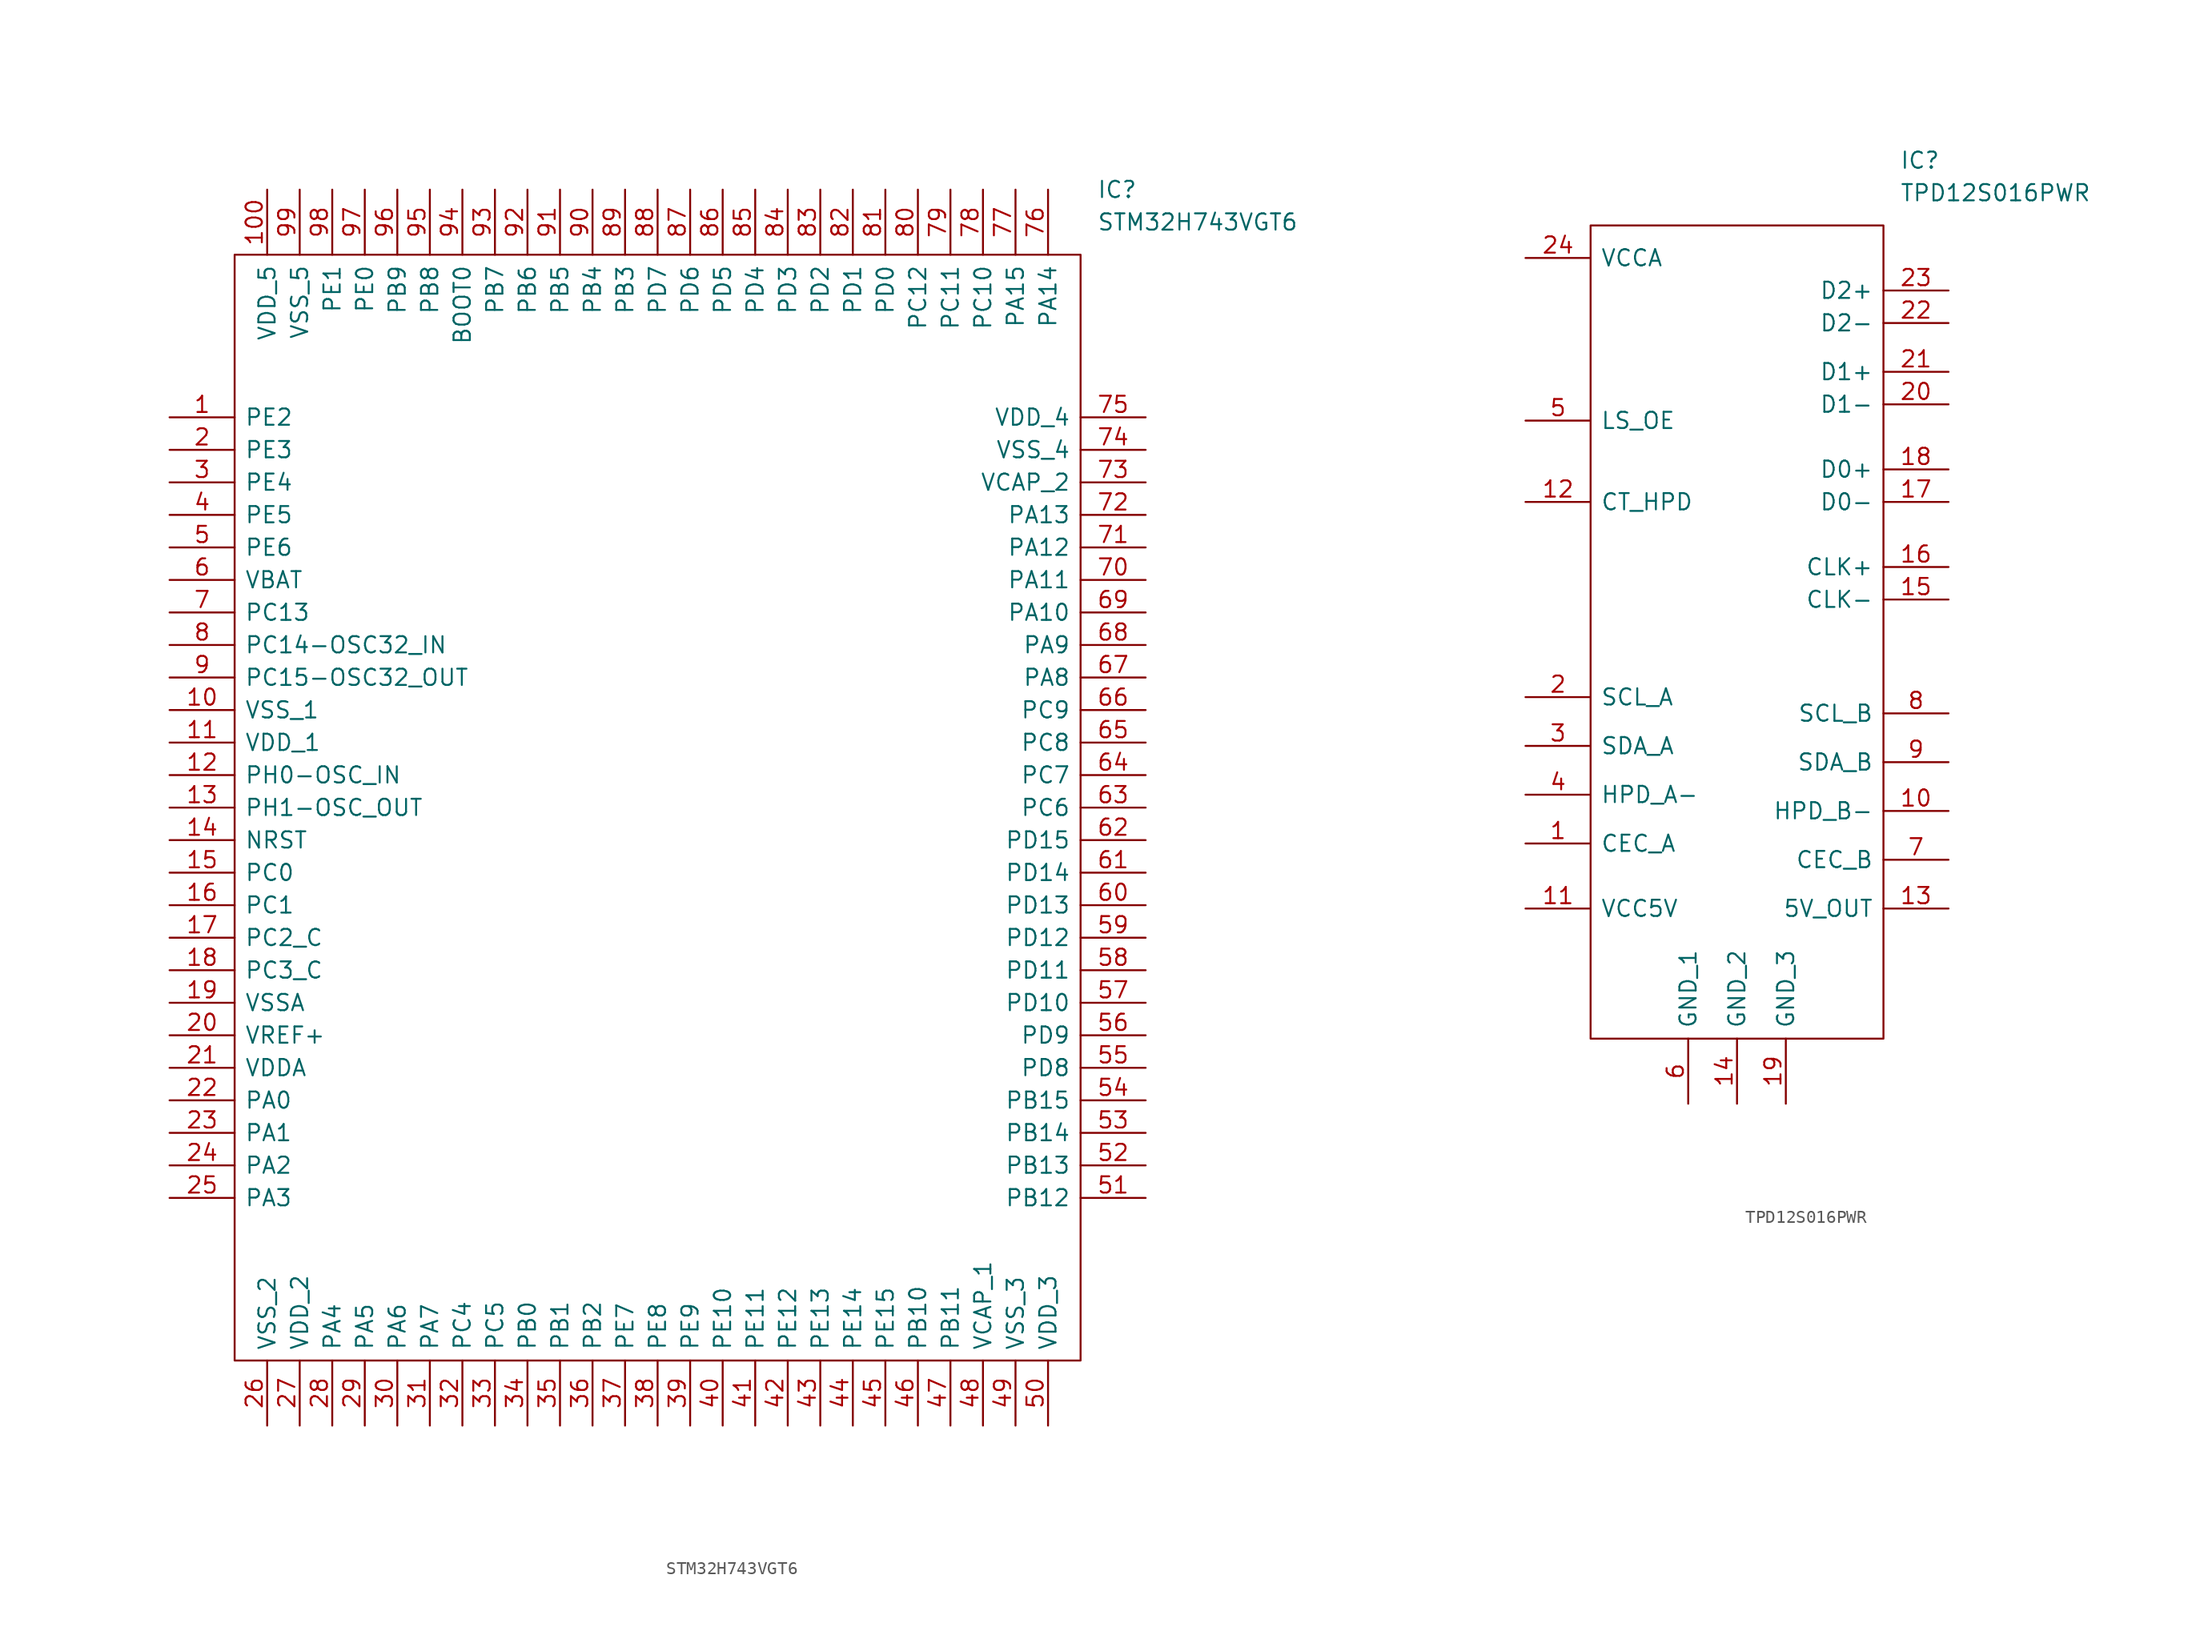
<source format=kicad_sym>
(kicad_symbol_lib
  (version 20231120)
  (generator "kicad_symbol_editor")
  (generator_version "8.0")
  (symbol "STM32H743VGT6"
    (pin_names
      (offset 0.762))
    (property "Reference" "IC"
      (at 72.39 17.78 0)
      (effects (font (size 1.27 1.27)) (justify left)))
    (property "Value" "STM32H743VGT6"
      (at 72.39 15.24 0)
      (effects (font (size 1.27 1.27)) (justify left)))
    (symbol "STM32H743VGT6_0_0"
      (pin passive line (at 0 0 0) (length 5.08) (name "PE2" (effects (font (size 1.27 1.27)))) (number "1" (effects (font (size 1.27 1.27)))))
      (pin passive line (at 0 -22.86 0) (length 5.08) (name "VSS_1" (effects (font (size 1.27 1.27)))) (number "10" (effects (font (size 1.27 1.27)))))
      (pin passive line (at 7.62 17.78 270) (length 5.08) (name "VDD_5" (effects (font (size 1.27 1.27)))) (number "100" (effects (font (size 1.27 1.27)))))
      (pin passive line (at 0 -25.4 0) (length 5.08) (name "VDD_1" (effects (font (size 1.27 1.27)))) (number "11" (effects (font (size 1.27 1.27)))))
      (pin passive line (at 0 -27.94 0) (length 5.08) (name "PH0-OSC_IN" (effects (font (size 1.27 1.27)))) (number "12" (effects (font (size 1.27 1.27)))))
      (pin passive line (at 0 -30.48 0) (length 5.08) (name "PH1-OSC_OUT" (effects (font (size 1.27 1.27)))) (number "13" (effects (font (size 1.27 1.27)))))
      (pin passive line (at 0 -33.02 0) (length 5.08) (name "NRST" (effects (font (size 1.27 1.27)))) (number "14" (effects (font (size 1.27 1.27)))))
      (pin passive line (at 0 -35.56 0) (length 5.08) (name "PC0" (effects (font (size 1.27 1.27)))) (number "15" (effects (font (size 1.27 1.27)))))
      (pin passive line (at 0 -38.1 0) (length 5.08) (name "PC1" (effects (font (size 1.27 1.27)))) (number "16" (effects (font (size 1.27 1.27)))))
      (pin passive line (at 0 -40.64 0) (length 5.08) (name "PC2_C" (effects (font (size 1.27 1.27)))) (number "17" (effects (font (size 1.27 1.27)))))
      (pin passive line (at 0 -43.18 0) (length 5.08) (name "PC3_C" (effects (font (size 1.27 1.27)))) (number "18" (effects (font (size 1.27 1.27)))))
      (pin passive line (at 0 -45.72 0) (length 5.08) (name "VSSA" (effects (font (size 1.27 1.27)))) (number "19" (effects (font (size 1.27 1.27)))))
      (pin passive line (at 0 -2.54 0) (length 5.08) (name "PE3" (effects (font (size 1.27 1.27)))) (number "2" (effects (font (size 1.27 1.27)))))
      (pin passive line (at 0 -48.26 0) (length 5.08) (name "VREF+" (effects (font (size 1.27 1.27)))) (number "20" (effects (font (size 1.27 1.27)))))
      (pin passive line (at 0 -50.8 0) (length 5.08) (name "VDDA" (effects (font (size 1.27 1.27)))) (number "21" (effects (font (size 1.27 1.27)))))
      (pin passive line (at 0 -53.34 0) (length 5.08) (name "PA0" (effects (font (size 1.27 1.27)))) (number "22" (effects (font (size 1.27 1.27)))))
      (pin passive line (at 0 -55.88 0) (length 5.08) (name "PA1" (effects (font (size 1.27 1.27)))) (number "23" (effects (font (size 1.27 1.27)))))
      (pin passive line (at 0 -58.42 0) (length 5.08) (name "PA2" (effects (font (size 1.27 1.27)))) (number "24" (effects (font (size 1.27 1.27)))))
      (pin passive line (at 0 -60.96 0) (length 5.08) (name "PA3" (effects (font (size 1.27 1.27)))) (number "25" (effects (font (size 1.27 1.27)))))
      (pin passive line (at 7.62 -78.74 90) (length 5.08) (name "VSS_2" (effects (font (size 1.27 1.27)))) (number "26" (effects (font (size 1.27 1.27)))))
      (pin passive line (at 10.16 -78.74 90) (length 5.08) (name "VDD_2" (effects (font (size 1.27 1.27)))) (number "27" (effects (font (size 1.27 1.27)))))
      (pin passive line (at 12.7 -78.74 90) (length 5.08) (name "PA4" (effects (font (size 1.27 1.27)))) (number "28" (effects (font (size 1.27 1.27)))))
      (pin passive line (at 15.24 -78.74 90) (length 5.08) (name "PA5" (effects (font (size 1.27 1.27)))) (number "29" (effects (font (size 1.27 1.27)))))
      (pin passive line (at 0 -5.08 0) (length 5.08) (name "PE4" (effects (font (size 1.27 1.27)))) (number "3" (effects (font (size 1.27 1.27)))))
      (pin passive line (at 17.78 -78.74 90) (length 5.08) (name "PA6" (effects (font (size 1.27 1.27)))) (number "30" (effects (font (size 1.27 1.27)))))
      (pin passive line (at 20.32 -78.74 90) (length 5.08) (name "PA7" (effects (font (size 1.27 1.27)))) (number "31" (effects (font (size 1.27 1.27)))))
      (pin passive line (at 22.86 -78.74 90) (length 5.08) (name "PC4" (effects (font (size 1.27 1.27)))) (number "32" (effects (font (size 1.27 1.27)))))
      (pin passive line (at 25.4 -78.74 90) (length 5.08) (name "PC5" (effects (font (size 1.27 1.27)))) (number "33" (effects (font (size 1.27 1.27)))))
      (pin passive line (at 27.94 -78.74 90) (length 5.08) (name "PB0" (effects (font (size 1.27 1.27)))) (number "34" (effects (font (size 1.27 1.27)))))
      (pin passive line (at 30.48 -78.74 90) (length 5.08) (name "PB1" (effects (font (size 1.27 1.27)))) (number "35" (effects (font (size 1.27 1.27)))))
      (pin passive line (at 33.02 -78.74 90) (length 5.08) (name "PB2" (effects (font (size 1.27 1.27)))) (number "36" (effects (font (size 1.27 1.27)))))
      (pin passive line (at 35.56 -78.74 90) (length 5.08) (name "PE7" (effects (font (size 1.27 1.27)))) (number "37" (effects (font (size 1.27 1.27)))))
      (pin passive line (at 38.1 -78.74 90) (length 5.08) (name "PE8" (effects (font (size 1.27 1.27)))) (number "38" (effects (font (size 1.27 1.27)))))
      (pin passive line (at 40.64 -78.74 90) (length 5.08) (name "PE9" (effects (font (size 1.27 1.27)))) (number "39" (effects (font (size 1.27 1.27)))))
      (pin passive line (at 0 -7.62 0) (length 5.08) (name "PE5" (effects (font (size 1.27 1.27)))) (number "4" (effects (font (size 1.27 1.27)))))
      (pin passive line (at 43.18 -78.74 90) (length 5.08) (name "PE10" (effects (font (size 1.27 1.27)))) (number "40" (effects (font (size 1.27 1.27)))))
      (pin passive line (at 45.72 -78.74 90) (length 5.08) (name "PE11" (effects (font (size 1.27 1.27)))) (number "41" (effects (font (size 1.27 1.27)))))
      (pin passive line (at 48.26 -78.74 90) (length 5.08) (name "PE12" (effects (font (size 1.27 1.27)))) (number "42" (effects (font (size 1.27 1.27)))))
      (pin passive line (at 50.8 -78.74 90) (length 5.08) (name "PE13" (effects (font (size 1.27 1.27)))) (number "43" (effects (font (size 1.27 1.27)))))
      (pin passive line (at 53.34 -78.74 90) (length 5.08) (name "PE14" (effects (font (size 1.27 1.27)))) (number "44" (effects (font (size 1.27 1.27)))))
      (pin passive line (at 55.88 -78.74 90) (length 5.08) (name "PE15" (effects (font (size 1.27 1.27)))) (number "45" (effects (font (size 1.27 1.27)))))
      (pin passive line (at 58.42 -78.74 90) (length 5.08) (name "PB10" (effects (font (size 1.27 1.27)))) (number "46" (effects (font (size 1.27 1.27)))))
      (pin passive line (at 60.96 -78.74 90) (length 5.08) (name "PB11" (effects (font (size 1.27 1.27)))) (number "47" (effects (font (size 1.27 1.27)))))
      (pin passive line (at 63.5 -78.74 90) (length 5.08) (name "VCAP_1" (effects (font (size 1.27 1.27)))) (number "48" (effects (font (size 1.27 1.27)))))
      (pin passive line (at 66.04 -78.74 90) (length 5.08) (name "VSS_3" (effects (font (size 1.27 1.27)))) (number "49" (effects (font (size 1.27 1.27)))))
      (pin passive line (at 0 -10.16 0) (length 5.08) (name "PE6" (effects (font (size 1.27 1.27)))) (number "5" (effects (font (size 1.27 1.27)))))
      (pin passive line (at 68.58 -78.74 90) (length 5.08) (name "VDD_3" (effects (font (size 1.27 1.27)))) (number "50" (effects (font (size 1.27 1.27)))))
      (pin passive line (at 76.2 -60.96 180) (length 5.08) (name "PB12" (effects (font (size 1.27 1.27)))) (number "51" (effects (font (size 1.27 1.27)))))
      (pin passive line (at 76.2 -58.42 180) (length 5.08) (name "PB13" (effects (font (size 1.27 1.27)))) (number "52" (effects (font (size 1.27 1.27)))))
      (pin passive line (at 76.2 -55.88 180) (length 5.08) (name "PB14" (effects (font (size 1.27 1.27)))) (number "53" (effects (font (size 1.27 1.27)))))
      (pin passive line (at 76.2 -53.34 180) (length 5.08) (name "PB15" (effects (font (size 1.27 1.27)))) (number "54" (effects (font (size 1.27 1.27)))))
      (pin passive line (at 76.2 -50.8 180) (length 5.08) (name "PD8" (effects (font (size 1.27 1.27)))) (number "55" (effects (font (size 1.27 1.27)))))
      (pin passive line (at 76.2 -48.26 180) (length 5.08) (name "PD9" (effects (font (size 1.27 1.27)))) (number "56" (effects (font (size 1.27 1.27)))))
      (pin passive line (at 76.2 -45.72 180) (length 5.08) (name "PD10" (effects (font (size 1.27 1.27)))) (number "57" (effects (font (size 1.27 1.27)))))
      (pin passive line (at 76.2 -43.18 180) (length 5.08) (name "PD11" (effects (font (size 1.27 1.27)))) (number "58" (effects (font (size 1.27 1.27)))))
      (pin passive line (at 76.2 -40.64 180) (length 5.08) (name "PD12" (effects (font (size 1.27 1.27)))) (number "59" (effects (font (size 1.27 1.27)))))
      (pin passive line (at 0 -12.7 0) (length 5.08) (name "VBAT" (effects (font (size 1.27 1.27)))) (number "6" (effects (font (size 1.27 1.27)))))
      (pin passive line (at 76.2 -38.1 180) (length 5.08) (name "PD13" (effects (font (size 1.27 1.27)))) (number "60" (effects (font (size 1.27 1.27)))))
      (pin passive line (at 76.2 -35.56 180) (length 5.08) (name "PD14" (effects (font (size 1.27 1.27)))) (number "61" (effects (font (size 1.27 1.27)))))
      (pin passive line (at 76.2 -33.02 180) (length 5.08) (name "PD15" (effects (font (size 1.27 1.27)))) (number "62" (effects (font (size 1.27 1.27)))))
      (pin passive line (at 76.2 -30.48 180) (length 5.08) (name "PC6" (effects (font (size 1.27 1.27)))) (number "63" (effects (font (size 1.27 1.27)))))
      (pin passive line (at 76.2 -27.94 180) (length 5.08) (name "PC7" (effects (font (size 1.27 1.27)))) (number "64" (effects (font (size 1.27 1.27)))))
      (pin passive line (at 76.2 -25.4 180) (length 5.08) (name "PC8" (effects (font (size 1.27 1.27)))) (number "65" (effects (font (size 1.27 1.27)))))
      (pin passive line (at 76.2 -22.86 180) (length 5.08) (name "PC9" (effects (font (size 1.27 1.27)))) (number "66" (effects (font (size 1.27 1.27)))))
      (pin passive line (at 76.2 -20.32 180) (length 5.08) (name "PA8" (effects (font (size 1.27 1.27)))) (number "67" (effects (font (size 1.27 1.27)))))
      (pin passive line (at 76.2 -17.78 180) (length 5.08) (name "PA9" (effects (font (size 1.27 1.27)))) (number "68" (effects (font (size 1.27 1.27)))))
      (pin passive line (at 76.2 -15.24 180) (length 5.08) (name "PA10" (effects (font (size 1.27 1.27)))) (number "69" (effects (font (size 1.27 1.27)))))
      (pin passive line (at 0 -15.24 0) (length 5.08) (name "PC13" (effects (font (size 1.27 1.27)))) (number "7" (effects (font (size 1.27 1.27)))))
      (pin passive line (at 76.2 -12.7 180) (length 5.08) (name "PA11" (effects (font (size 1.27 1.27)))) (number "70" (effects (font (size 1.27 1.27)))))
      (pin passive line (at 76.2 -10.16 180) (length 5.08) (name "PA12" (effects (font (size 1.27 1.27)))) (number "71" (effects (font (size 1.27 1.27)))))
      (pin passive line (at 76.2 -7.62 180) (length 5.08) (name "PA13" (effects (font (size 1.27 1.27)))) (number "72" (effects (font (size 1.27 1.27)))))
      (pin passive line (at 76.2 -5.08 180) (length 5.08) (name "VCAP_2" (effects (font (size 1.27 1.27)))) (number "73" (effects (font (size 1.27 1.27)))))
      (pin passive line (at 76.2 -2.54 180) (length 5.08) (name "VSS_4" (effects (font (size 1.27 1.27)))) (number "74" (effects (font (size 1.27 1.27)))))
      (pin passive line (at 76.2 0 180) (length 5.08) (name "VDD_4" (effects (font (size 1.27 1.27)))) (number "75" (effects (font (size 1.27 1.27)))))
      (pin passive line (at 68.58 17.78 270) (length 5.08) (name "PA14" (effects (font (size 1.27 1.27)))) (number "76" (effects (font (size 1.27 1.27)))))
      (pin passive line (at 66.04 17.78 270) (length 5.08) (name "PA15" (effects (font (size 1.27 1.27)))) (number "77" (effects (font (size 1.27 1.27)))))
      (pin passive line (at 63.5 17.78 270) (length 5.08) (name "PC10" (effects (font (size 1.27 1.27)))) (number "78" (effects (font (size 1.27 1.27)))))
      (pin passive line (at 60.96 17.78 270) (length 5.08) (name "PC11" (effects (font (size 1.27 1.27)))) (number "79" (effects (font (size 1.27 1.27)))))
      (pin passive line (at 0 -17.78 0) (length 5.08) (name "PC14-OSC32_IN" (effects (font (size 1.27 1.27)))) (number "8" (effects (font (size 1.27 1.27)))))
      (pin passive line (at 58.42 17.78 270) (length 5.08) (name "PC12" (effects (font (size 1.27 1.27)))) (number "80" (effects (font (size 1.27 1.27)))))
      (pin passive line (at 55.88 17.78 270) (length 5.08) (name "PD0" (effects (font (size 1.27 1.27)))) (number "81" (effects (font (size 1.27 1.27)))))
      (pin passive line (at 53.34 17.78 270) (length 5.08) (name "PD1" (effects (font (size 1.27 1.27)))) (number "82" (effects (font (size 1.27 1.27)))))
      (pin passive line (at 50.8 17.78 270) (length 5.08) (name "PD2" (effects (font (size 1.27 1.27)))) (number "83" (effects (font (size 1.27 1.27)))))
      (pin passive line (at 48.26 17.78 270) (length 5.08) (name "PD3" (effects (font (size 1.27 1.27)))) (number "84" (effects (font (size 1.27 1.27)))))
      (pin passive line (at 45.72 17.78 270) (length 5.08) (name "PD4" (effects (font (size 1.27 1.27)))) (number "85" (effects (font (size 1.27 1.27)))))
      (pin passive line (at 43.18 17.78 270) (length 5.08) (name "PD5" (effects (font (size 1.27 1.27)))) (number "86" (effects (font (size 1.27 1.27)))))
      (pin passive line (at 40.64 17.78 270) (length 5.08) (name "PD6" (effects (font (size 1.27 1.27)))) (number "87" (effects (font (size 1.27 1.27)))))
      (pin passive line (at 38.1 17.78 270) (length 5.08) (name "PD7" (effects (font (size 1.27 1.27)))) (number "88" (effects (font (size 1.27 1.27)))))
      (pin passive line (at 35.56 17.78 270) (length 5.08) (name "PB3" (effects (font (size 1.27 1.27)))) (number "89" (effects (font (size 1.27 1.27)))))
      (pin passive line (at 0 -20.32 0) (length 5.08) (name "PC15-OSC32_OUT" (effects (font (size 1.27 1.27)))) (number "9" (effects (font (size 1.27 1.27)))))
      (pin passive line (at 33.02 17.78 270) (length 5.08) (name "PB4" (effects (font (size 1.27 1.27)))) (number "90" (effects (font (size 1.27 1.27)))))
      (pin passive line (at 30.48 17.78 270) (length 5.08) (name "PB5" (effects (font (size 1.27 1.27)))) (number "91" (effects (font (size 1.27 1.27)))))
      (pin passive line (at 27.94 17.78 270) (length 5.08) (name "PB6" (effects (font (size 1.27 1.27)))) (number "92" (effects (font (size 1.27 1.27)))))
      (pin passive line (at 25.4 17.78 270) (length 5.08) (name "PB7" (effects (font (size 1.27 1.27)))) (number "93" (effects (font (size 1.27 1.27)))))
      (pin passive line (at 22.86 17.78 270) (length 5.08) (name "BOOT0" (effects (font (size 1.27 1.27)))) (number "94" (effects (font (size 1.27 1.27)))))
      (pin passive line (at 20.32 17.78 270) (length 5.08) (name "PB8" (effects (font (size 1.27 1.27)))) (number "95" (effects (font (size 1.27 1.27)))))
      (pin passive line (at 17.78 17.78 270) (length 5.08) (name "PB9" (effects (font (size 1.27 1.27)))) (number "96" (effects (font (size 1.27 1.27)))))
      (pin passive line (at 15.24 17.78 270) (length 5.08) (name "PE0" (effects (font (size 1.27 1.27)))) (number "97" (effects (font (size 1.27 1.27)))))
      (pin passive line (at 12.7 17.78 270) (length 5.08) (name "PE1" (effects (font (size 1.27 1.27)))) (number "98" (effects (font (size 1.27 1.27)))))
      (pin passive line (at 10.16 17.78 270) (length 5.08) (name "VSS_5" (effects (font (size 1.27 1.27)))) (number "99" (effects (font (size 1.27 1.27))))))
    (symbol "STM32H743VGT6_0_1"
      (polyline (pts (xy 5.08 12.7) (xy 71.12 12.7) (xy 71.12 -73.66) (xy 5.08 -73.66) (xy 5.08 12.7)) (stroke (width 0.152) (type solid)) (fill (type none)))))
  (symbol "TPD12S016PWR"
    (pin_names
      (offset 0.762))
    (property "Reference" "IC"
      (at 29.21 7.62 0)
      (effects (font (size 1.27 1.27)) (justify left)))
    (property "Value" "TPD12S016PWR"
      (at 29.21 5.08 0)
      (effects (font (size 1.27 1.27)) (justify left)))
    (symbol "TPD12S016PWR_0_0"
      (pin bidirectional line (at 0 -45.72 0) (length 5.08) (name "CEC_A" (effects (font (size 1.27 1.27)))) (number "1" (effects (font (size 1.27 1.27)))))
      (pin passive line (at 16.51 -66.04 90) (length 5.08) (name "GND_2" (effects (font (size 1.27 1.27)))) (number "14" (effects (font (size 1.27 1.27)))))
      (pin passive line (at 20.32 -66.04 90) (length 5.08) (name "GND_3" (effects (font (size 1.27 1.27)))) (number "19" (effects (font (size 1.27 1.27)))))
      (pin bidirectional line (at 0 -38.1 0) (length 5.08) (name "SDA_A" (effects (font (size 1.27 1.27)))) (number "3" (effects (font (size 1.27 1.27)))))
      (pin passive line (at 12.7 -66.04 90) (length 5.08) (name "GND_1" (effects (font (size 1.27 1.27)))) (number "6" (effects (font (size 1.27 1.27))))))
    (symbol "TPD12S016PWR_0_1"
      (polyline (pts (xy 5.08 2.54) (xy 27.94 2.54) (xy 27.94 -60.96) (xy 5.08 -60.96) (xy 5.08 2.54)) (stroke (width 0.152) (type solid)) (fill (type none))))
    (symbol "TPD12S016PWR_1_0"
      (pin input line (at 33.02 -43.18 180) (length 5.08) (name "HPD_B-" (effects (font (size 1.27 1.27)))) (number "10" (effects (font (size 1.27 1.27)))))
      (pin power_in line (at 0 -50.8 0) (length 5.08) (name "VCC5V" (effects (font (size 1.27 1.27)))) (number "11" (effects (font (size 1.27 1.27)))))
      (pin input line (at 0 -19.05 0) (length 5.08) (name "CT_HPD" (effects (font (size 1.27 1.27)))) (number "12" (effects (font (size 1.27 1.27)))))
      (pin output line (at 33.02 -50.8 180) (length 5.08) (name "5V_OUT" (effects (font (size 1.27 1.27)))) (number "13" (effects (font (size 1.27 1.27)))))
      (pin bidirectional line (at 33.02 -26.67 180) (length 5.08) (name "CLK-" (effects (font (size 1.27 1.27)))) (number "15" (effects (font (size 1.27 1.27)))))
      (pin bidirectional line (at 33.02 -24.13 180) (length 5.08) (name "CLK+" (effects (font (size 1.27 1.27)))) (number "16" (effects (font (size 1.27 1.27)))))
      (pin bidirectional line (at 33.02 -19.05 180) (length 5.08) (name "D0-" (effects (font (size 1.27 1.27)))) (number "17" (effects (font (size 1.27 1.27)))))
      (pin bidirectional line (at 33.02 -16.51 180) (length 5.08) (name "D0+" (effects (font (size 1.27 1.27)))) (number "18" (effects (font (size 1.27 1.27)))))
      (pin bidirectional line (at 0 -34.29 0) (length 5.08) (name "SCL_A" (effects (font (size 1.27 1.27)))) (number "2" (effects (font (size 1.27 1.27)))))
      (pin bidirectional line (at 33.02 -11.43 180) (length 5.08) (name "D1-" (effects (font (size 1.27 1.27)))) (number "20" (effects (font (size 1.27 1.27)))))
      (pin bidirectional line (at 33.02 -8.89 180) (length 5.08) (name "D1+" (effects (font (size 1.27 1.27)))) (number "21" (effects (font (size 1.27 1.27)))))
      (pin bidirectional line (at 33.02 -5.08 180) (length 5.08) (name "D2-" (effects (font (size 1.27 1.27)))) (number "22" (effects (font (size 1.27 1.27)))))
      (pin bidirectional line (at 33.02 -2.54 180) (length 5.08) (name "D2+" (effects (font (size 1.27 1.27)))) (number "23" (effects (font (size 1.27 1.27)))))
      (pin power_in line (at 0 0 0) (length 5.08) (name "VCCA" (effects (font (size 1.27 1.27)))) (number "24" (effects (font (size 1.27 1.27)))))
      (pin output line (at 0 -41.91 0) (length 5.08) (name "HPD_A-" (effects (font (size 1.27 1.27)))) (number "4" (effects (font (size 1.27 1.27)))))
      (pin input line (at 0 -12.7 0) (length 5.08) (name "LS_OE" (effects (font (size 1.27 1.27)))) (number "5" (effects (font (size 1.27 1.27)))))
      (pin bidirectional line (at 33.02 -46.99 180) (length 5.08) (name "CEC_B" (effects (font (size 1.27 1.27)))) (number "7" (effects (font (size 1.27 1.27)))))
      (pin bidirectional line (at 33.02 -35.56 180) (length 5.08) (name "SCL_B" (effects (font (size 1.27 1.27)))) (number "8" (effects (font (size 1.27 1.27)))))
      (pin bidirectional line (at 33.02 -39.37 180) (length 5.08) (name "SDA_B" (effects (font (size 1.27 1.27)))) (number "9" (effects (font (size 1.27 1.27))))))))
</source>
